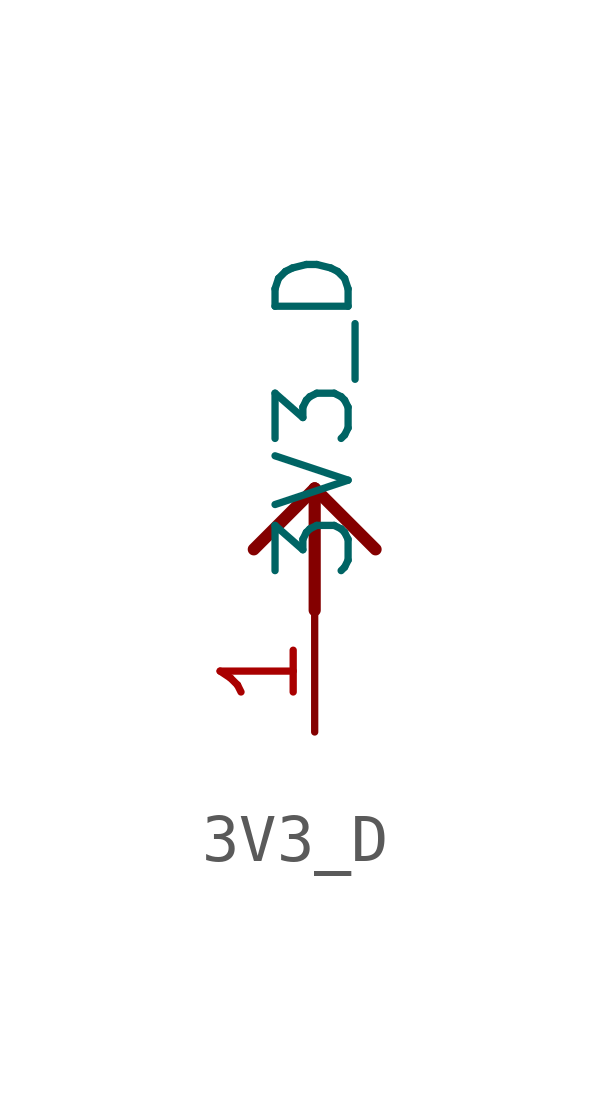
<source format=kicad_sym>
(kicad_symbol_lib
  (version 20241209)
  (generator "kicad_symbol_editor")
  (generator_version "9.0")
  (symbol "3V3_D"
    (power)
    (property "Reference" ""
      (at 0 0 0)
      (effects (font (size 1.27 1.27)) (hide yes)))
    (property "ki_locked" ""
      (at 0 0 0)
      (effects (font (size 1.27 1.27))))
    (symbol "3V3_D_1_0"
      (polyline (pts (xy 0 0) (xy -1.27 -1.27)) (stroke (width 0.254) (type solid)) (fill (type none)))
      (polyline (pts (xy 0 0) (xy 0 -2.54)) (stroke (width 0.254) (type solid)) (fill (type none)))
      (polyline (pts (xy 0 0) (xy 1.27 -1.27)) (stroke (width 0.254) (type solid)) (fill (type none)))
      (pin power_in line (at 0 -5.08 90) (length 2.54) (name "3V3_D" (effects (font (size 1.524 1.524)))) (number "1" (effects (font (size 1.524 1.524))))))))
</source>
